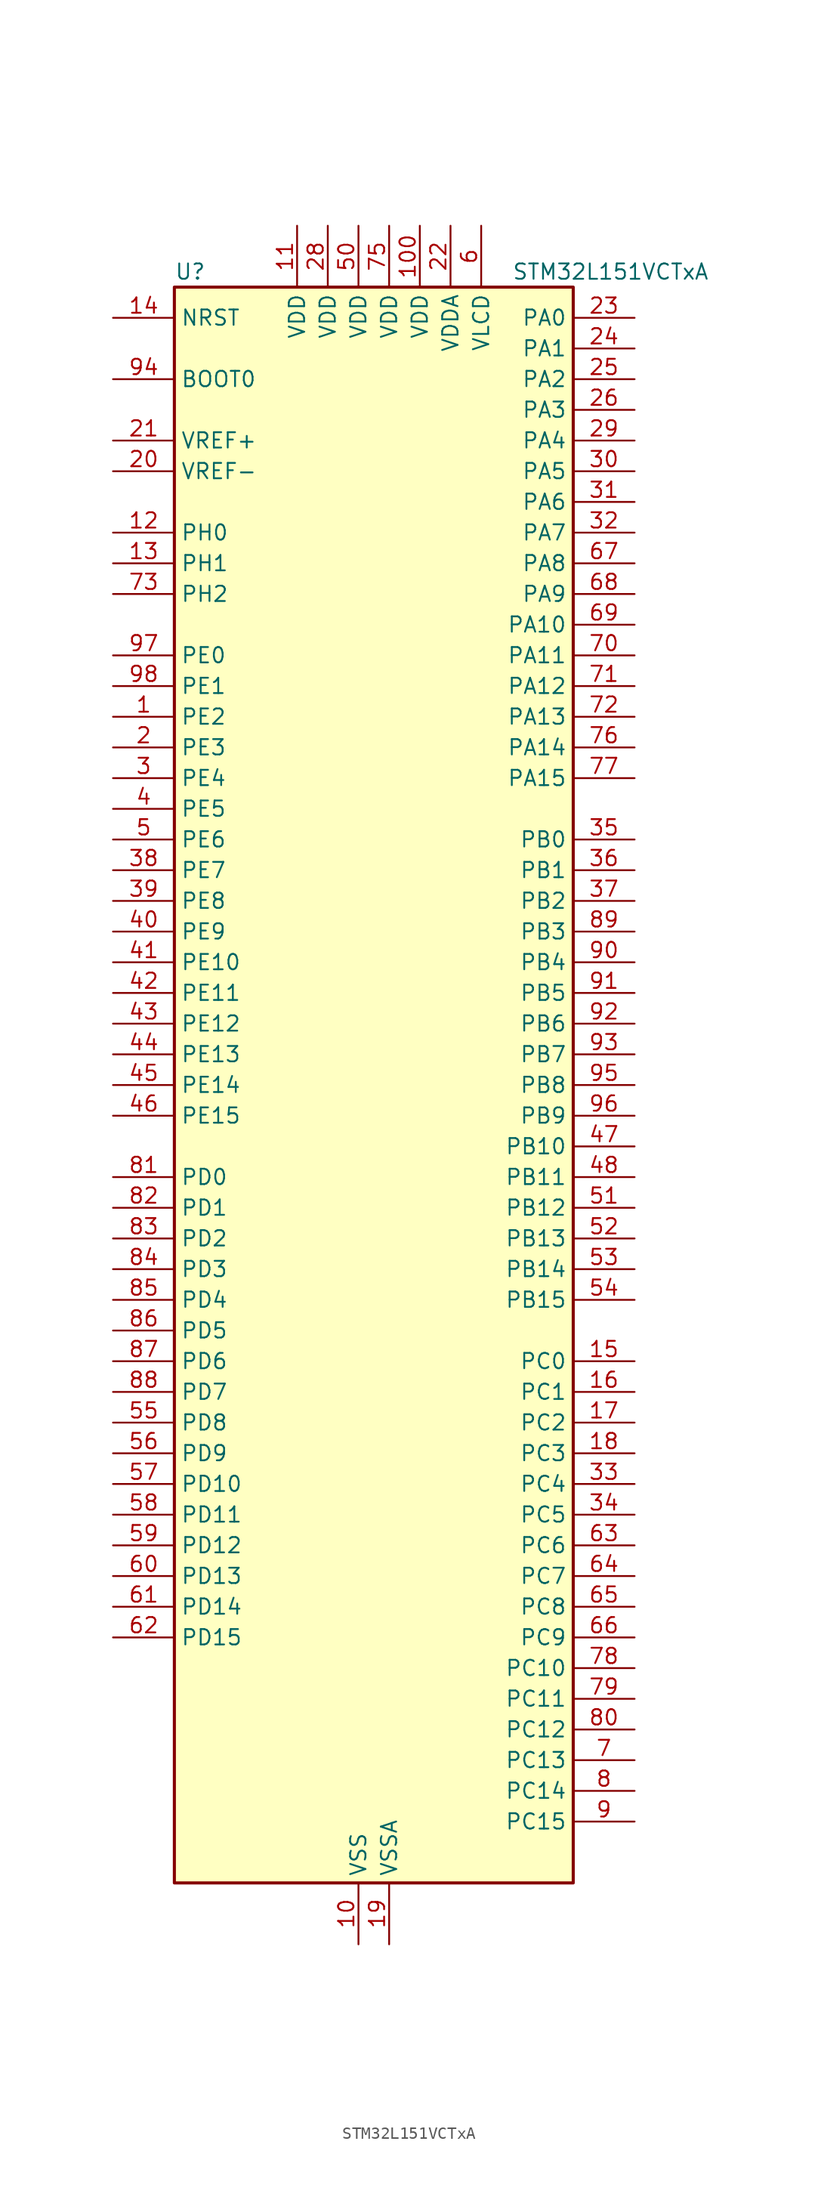
<source format=kicad_sym>
(kicad_symbol_lib
  (version 20231120)
  (generator "kicad_symbol_editor")
  (generator_version "8.0")
  (symbol "STM32L151VCTxA"
    (property "Reference" "U"
      (at -15.24 67.31 0)
      (effects (font (size 1.27 1.27)) (justify left)))
    (property "Value" "STM32L151VCTxA"
      (at 12.7 67.31 0)
      (effects (font (size 1.27 1.27)) (justify left)))
    (property "ki_locked" ""
      (at 0 0 0)
      (effects (font (size 1.27 1.27))))
    (symbol "STM32L151VCTxA_0_1"
      (rectangle (start -15.24 -66.04) (end 17.78 66.04) (stroke (width 0.254) (type default)) (fill (type background))))
    (symbol "STM32L151VCTxA_1_1"
      (pin bidirectional line (at -20.32 30.48 0) (length 5.08) (name "PE2" (effects (font (size 1.27 1.27)))) (number "1" (effects (font (size 1.27 1.27)))) (alternate "SYS_TRACECK" bidirectional line) (alternate "TIM3_ETR" bidirectional line) (alternate "TIMX_IC3" bidirectional line))
      (pin power_in line (at 0 -71.12 90) (length 5.08) (name "VSS" (effects (font (size 1.27 1.27)))) (number "10" (effects (font (size 1.27 1.27)))))
      (pin power_in line (at 5.08 71.12 270) (length 5.08) (name "VDD" (effects (font (size 1.27 1.27)))) (number "100" (effects (font (size 1.27 1.27)))))
      (pin power_in line (at -5.08 71.12 270) (length 5.08) (name "VDD" (effects (font (size 1.27 1.27)))) (number "11" (effects (font (size 1.27 1.27)))))
      (pin bidirectional line (at -20.32 45.72 0) (length 5.08) (name "PH0" (effects (font (size 1.27 1.27)))) (number "12" (effects (font (size 1.27 1.27)))) (alternate "RCC_OSC_IN" bidirectional line))
      (pin bidirectional line (at -20.32 43.18 0) (length 5.08) (name "PH1" (effects (font (size 1.27 1.27)))) (number "13" (effects (font (size 1.27 1.27)))) (alternate "RCC_OSC_OUT" bidirectional line))
      (pin input line (at -20.32 63.5 0) (length 5.08) (name "NRST" (effects (font (size 1.27 1.27)))) (number "14" (effects (font (size 1.27 1.27)))))
      (pin bidirectional line (at 22.86 -22.86 180) (length 5.08) (name "PC0" (effects (font (size 1.27 1.27)))) (number "15" (effects (font (size 1.27 1.27)))) (alternate "ADC_IN10" bidirectional line) (alternate "COMP1_INP" bidirectional line) (alternate "TIMX_IC1" bidirectional line) (alternate "TS_G8_IO1" bidirectional line))
      (pin bidirectional line (at 22.86 -25.4 180) (length 5.08) (name "PC1" (effects (font (size 1.27 1.27)))) (number "16" (effects (font (size 1.27 1.27)))) (alternate "ADC_IN11" bidirectional line) (alternate "COMP1_INP" bidirectional line) (alternate "TIMX_IC2" bidirectional line) (alternate "TS_G8_IO2" bidirectional line))
      (pin bidirectional line (at 22.86 -27.94 180) (length 5.08) (name "PC2" (effects (font (size 1.27 1.27)))) (number "17" (effects (font (size 1.27 1.27)))) (alternate "ADC_IN12" bidirectional line) (alternate "COMP1_INP" bidirectional line) (alternate "TIMX_IC3" bidirectional line) (alternate "TS_G8_IO3" bidirectional line))
      (pin bidirectional line (at 22.86 -30.48 180) (length 5.08) (name "PC3" (effects (font (size 1.27 1.27)))) (number "18" (effects (font (size 1.27 1.27)))) (alternate "ADC_IN13" bidirectional line) (alternate "COMP1_INP" bidirectional line) (alternate "TIMX_IC4" bidirectional line) (alternate "TS_G8_IO4" bidirectional line))
      (pin power_in line (at 2.54 -71.12 90) (length 5.08) (name "VSSA" (effects (font (size 1.27 1.27)))) (number "19" (effects (font (size 1.27 1.27)))))
      (pin bidirectional line (at -20.32 27.94 0) (length 5.08) (name "PE3" (effects (font (size 1.27 1.27)))) (number "2" (effects (font (size 1.27 1.27)))) (alternate "SYS_TRACED0" bidirectional line) (alternate "TIM3_CH1" bidirectional line) (alternate "TIMX_IC4" bidirectional line))
      (pin input line (at -20.32 50.8 0) (length 5.08) (name "VREF-" (effects (font (size 1.27 1.27)))) (number "20" (effects (font (size 1.27 1.27)))))
      (pin input line (at -20.32 53.34 0) (length 5.08) (name "VREF+" (effects (font (size 1.27 1.27)))) (number "21" (effects (font (size 1.27 1.27)))))
      (pin power_in line (at 7.62 71.12 270) (length 5.08) (name "VDDA" (effects (font (size 1.27 1.27)))) (number "22" (effects (font (size 1.27 1.27)))))
      (pin bidirectional line (at 22.86 63.5 180) (length 5.08) (name "PA0" (effects (font (size 1.27 1.27)))) (number "23" (effects (font (size 1.27 1.27)))) (alternate "ADC_IN0" bidirectional line) (alternate "COMP1_INP" bidirectional line) (alternate "RTC_TAMP2" bidirectional line) (alternate "SYS_WKUP1" bidirectional line) (alternate "TIM2_CH1" bidirectional line) (alternate "TIM2_ETR" bidirectional line) (alternate "TIM5_CH1" bidirectional line) (alternate "TIMX_IC1" bidirectional line) (alternate "TS_G1_IO1" bidirectional line) (alternate "USART2_CTS" bidirectional line))
      (pin bidirectional line (at 22.86 60.96 180) (length 5.08) (name "PA1" (effects (font (size 1.27 1.27)))) (number "24" (effects (font (size 1.27 1.27)))) (alternate "ADC_IN1" bidirectional line) (alternate "COMP1_INP" bidirectional line) (alternate "OPAMP1_VINP" bidirectional line) (alternate "TIM2_CH2" bidirectional line) (alternate "TIM5_CH2" bidirectional line) (alternate "TIMX_IC2" bidirectional line) (alternate "TS_G1_IO2" bidirectional line) (alternate "USART2_RTS" bidirectional line))
      (pin bidirectional line (at 22.86 58.42 180) (length 5.08) (name "PA2" (effects (font (size 1.27 1.27)))) (number "25" (effects (font (size 1.27 1.27)))) (alternate "ADC_IN2" bidirectional line) (alternate "COMP1_INP" bidirectional line) (alternate "OPAMP1_VINM" bidirectional line) (alternate "TIM2_CH3" bidirectional line) (alternate "TIM5_CH3" bidirectional line) (alternate "TIM9_CH1" bidirectional line) (alternate "TIMX_IC3" bidirectional line) (alternate "TS_G1_IO3" bidirectional line) (alternate "USART2_TX" bidirectional line))
      (pin bidirectional line (at 22.86 55.88 180) (length 5.08) (name "PA3" (effects (font (size 1.27 1.27)))) (number "26" (effects (font (size 1.27 1.27)))) (alternate "ADC_IN3" bidirectional line) (alternate "COMP1_INP" bidirectional line) (alternate "OPAMP1_VOUT" bidirectional line) (alternate "TIM2_CH4" bidirectional line) (alternate "TIM5_CH4" bidirectional line) (alternate "TIM9_CH2" bidirectional line) (alternate "TIMX_IC4" bidirectional line) (alternate "TS_G1_IO4" bidirectional line) (alternate "USART2_RX" bidirectional line))
      (pin passive line (at 0 -71.12 90) (length 5.08) hide (name "VSS" (effects (font (size 1.27 1.27)))) (number "27" (effects (font (size 1.27 1.27)))))
      (pin power_in line (at -2.54 71.12 270) (length 5.08) (name "VDD" (effects (font (size 1.27 1.27)))) (number "28" (effects (font (size 1.27 1.27)))))
      (pin bidirectional line (at 22.86 53.34 180) (length 5.08) (name "PA4" (effects (font (size 1.27 1.27)))) (number "29" (effects (font (size 1.27 1.27)))) (alternate "ADC_IN4" bidirectional line) (alternate "COMP1_INP" bidirectional line) (alternate "DAC_OUT1" bidirectional line) (alternate "I2S3_WS" bidirectional line) (alternate "SPI1_NSS" bidirectional line) (alternate "SPI3_NSS" bidirectional line) (alternate "TIMX_IC1" bidirectional line) (alternate "USART2_CK" bidirectional line))
      (pin bidirectional line (at -20.32 25.4 0) (length 5.08) (name "PE4" (effects (font (size 1.27 1.27)))) (number "3" (effects (font (size 1.27 1.27)))) (alternate "SYS_TRACED1" bidirectional line) (alternate "TIM3_CH2" bidirectional line) (alternate "TIMX_IC1" bidirectional line))
      (pin bidirectional line (at 22.86 50.8 180) (length 5.08) (name "PA5" (effects (font (size 1.27 1.27)))) (number "30" (effects (font (size 1.27 1.27)))) (alternate "ADC_IN5" bidirectional line) (alternate "COMP1_INP" bidirectional line) (alternate "DAC_OUT2" bidirectional line) (alternate "SPI1_SCK" bidirectional line) (alternate "TIM2_CH1" bidirectional line) (alternate "TIM2_ETR" bidirectional line) (alternate "TIMX_IC2" bidirectional line))
      (pin bidirectional line (at 22.86 48.26 180) (length 5.08) (name "PA6" (effects (font (size 1.27 1.27)))) (number "31" (effects (font (size 1.27 1.27)))) (alternate "ADC_IN6" bidirectional line) (alternate "COMP1_INP" bidirectional line) (alternate "OPAMP2_VINP" bidirectional line) (alternate "SPI1_MISO" bidirectional line) (alternate "TIM10_CH1" bidirectional line) (alternate "TIM3_CH1" bidirectional line) (alternate "TIMX_IC3" bidirectional line) (alternate "TS_G2_IO1" bidirectional line))
      (pin bidirectional line (at 22.86 45.72 180) (length 5.08) (name "PA7" (effects (font (size 1.27 1.27)))) (number "32" (effects (font (size 1.27 1.27)))) (alternate "ADC_IN7" bidirectional line) (alternate "COMP1_INP" bidirectional line) (alternate "OPAMP2_VINM" bidirectional line) (alternate "SPI1_MOSI" bidirectional line) (alternate "TIM11_CH1" bidirectional line) (alternate "TIM3_CH2" bidirectional line) (alternate "TIMX_IC4" bidirectional line) (alternate "TS_G2_IO2" bidirectional line))
      (pin bidirectional line (at 22.86 -33.02 180) (length 5.08) (name "PC4" (effects (font (size 1.27 1.27)))) (number "33" (effects (font (size 1.27 1.27)))) (alternate "ADC_IN14" bidirectional line) (alternate "COMP1_INP" bidirectional line) (alternate "TIMX_IC1" bidirectional line) (alternate "TS_G9_IO1" bidirectional line))
      (pin bidirectional line (at 22.86 -35.56 180) (length 5.08) (name "PC5" (effects (font (size 1.27 1.27)))) (number "34" (effects (font (size 1.27 1.27)))) (alternate "ADC_IN15" bidirectional line) (alternate "COMP1_INP" bidirectional line) (alternate "TIMX_IC2" bidirectional line) (alternate "TS_G9_IO2" bidirectional line))
      (pin bidirectional line (at 22.86 20.32 180) (length 5.08) (name "PB0" (effects (font (size 1.27 1.27)))) (number "35" (effects (font (size 1.27 1.27)))) (alternate "ADC_IN8" bidirectional line) (alternate "COMP1_INP" bidirectional line) (alternate "OPAMP2_VOUT" bidirectional line) (alternate "SYS_V_REF_OUT" bidirectional line) (alternate "TIM3_CH3" bidirectional line) (alternate "TS_G3_IO1" bidirectional line))
      (pin bidirectional line (at 22.86 17.78 180) (length 5.08) (name "PB1" (effects (font (size 1.27 1.27)))) (number "36" (effects (font (size 1.27 1.27)))) (alternate "ADC_IN9" bidirectional line) (alternate "COMP1_INP" bidirectional line) (alternate "SYS_V_REF_OUT" bidirectional line) (alternate "TIM3_CH4" bidirectional line) (alternate "TS_G3_IO2" bidirectional line))
      (pin bidirectional line (at 22.86 15.24 180) (length 5.08) (name "PB2" (effects (font (size 1.27 1.27)))) (number "37" (effects (font (size 1.27 1.27)))) (alternate "TS_G3_IO3" bidirectional line))
      (pin bidirectional line (at -20.32 17.78 0) (length 5.08) (name "PE7" (effects (font (size 1.27 1.27)))) (number "38" (effects (font (size 1.27 1.27)))) (alternate "ADC_IN22" bidirectional line) (alternate "COMP1_INP" bidirectional line) (alternate "TIMX_IC4" bidirectional line))
      (pin bidirectional line (at -20.32 15.24 0) (length 5.08) (name "PE8" (effects (font (size 1.27 1.27)))) (number "39" (effects (font (size 1.27 1.27)))) (alternate "ADC_IN23" bidirectional line) (alternate "COMP1_INP" bidirectional line) (alternate "TIMX_IC1" bidirectional line))
      (pin bidirectional line (at -20.32 22.86 0) (length 5.08) (name "PE5" (effects (font (size 1.27 1.27)))) (number "4" (effects (font (size 1.27 1.27)))) (alternate "SYS_TRACED2" bidirectional line) (alternate "TIM9_CH1" bidirectional line) (alternate "TIMX_IC2" bidirectional line))
      (pin bidirectional line (at -20.32 12.7 0) (length 5.08) (name "PE9" (effects (font (size 1.27 1.27)))) (number "40" (effects (font (size 1.27 1.27)))) (alternate "ADC_IN24" bidirectional line) (alternate "COMP1_INP" bidirectional line) (alternate "DAC_EXTI9" bidirectional line) (alternate "TIM2_CH1" bidirectional line) (alternate "TIM2_ETR" bidirectional line) (alternate "TIMX_IC2" bidirectional line))
      (pin bidirectional line (at -20.32 10.16 0) (length 5.08) (name "PE10" (effects (font (size 1.27 1.27)))) (number "41" (effects (font (size 1.27 1.27)))) (alternate "ADC_IN25" bidirectional line) (alternate "COMP1_INP" bidirectional line) (alternate "TIM2_CH2" bidirectional line) (alternate "TIMX_IC3" bidirectional line))
      (pin bidirectional line (at -20.32 7.62 0) (length 5.08) (name "PE11" (effects (font (size 1.27 1.27)))) (number "42" (effects (font (size 1.27 1.27)))) (alternate "ADC_EXTI11" bidirectional line) (alternate "TIM2_CH3" bidirectional line) (alternate "TIMX_IC4" bidirectional line))
      (pin bidirectional line (at -20.32 5.08 0) (length 5.08) (name "PE12" (effects (font (size 1.27 1.27)))) (number "43" (effects (font (size 1.27 1.27)))) (alternate "SPI1_NSS" bidirectional line) (alternate "TIM2_CH4" bidirectional line) (alternate "TIMX_IC1" bidirectional line))
      (pin bidirectional line (at -20.32 2.54 0) (length 5.08) (name "PE13" (effects (font (size 1.27 1.27)))) (number "44" (effects (font (size 1.27 1.27)))) (alternate "SPI1_SCK" bidirectional line) (alternate "TIMX_IC2" bidirectional line))
      (pin bidirectional line (at -20.32 0 0) (length 5.08) (name "PE14" (effects (font (size 1.27 1.27)))) (number "45" (effects (font (size 1.27 1.27)))) (alternate "SPI1_MISO" bidirectional line) (alternate "TIMX_IC3" bidirectional line))
      (pin bidirectional line (at -20.32 -2.54 0) (length 5.08) (name "PE15" (effects (font (size 1.27 1.27)))) (number "46" (effects (font (size 1.27 1.27)))) (alternate "ADC_EXTI15" bidirectional line) (alternate "SPI1_MOSI" bidirectional line) (alternate "TIMX_IC4" bidirectional line))
      (pin bidirectional line (at 22.86 -5.08 180) (length 5.08) (name "PB10" (effects (font (size 1.27 1.27)))) (number "47" (effects (font (size 1.27 1.27)))) (alternate "I2C2_SCL" bidirectional line) (alternate "TIM2_CH3" bidirectional line) (alternate "USART3_TX" bidirectional line))
      (pin bidirectional line (at 22.86 -7.62 180) (length 5.08) (name "PB11" (effects (font (size 1.27 1.27)))) (number "48" (effects (font (size 1.27 1.27)))) (alternate "ADC_EXTI11" bidirectional line) (alternate "I2C2_SDA" bidirectional line) (alternate "TIM2_CH4" bidirectional line) (alternate "USART3_RX" bidirectional line))
      (pin passive line (at 0 -71.12 90) (length 5.08) hide (name "VSS" (effects (font (size 1.27 1.27)))) (number "49" (effects (font (size 1.27 1.27)))))
      (pin bidirectional line (at -20.32 20.32 0) (length 5.08) (name "PE6" (effects (font (size 1.27 1.27)))) (number "5" (effects (font (size 1.27 1.27)))) (alternate "RTC_TAMP3" bidirectional line) (alternate "SYS_TRACED3" bidirectional line) (alternate "SYS_WKUP3" bidirectional line) (alternate "TIM9_CH2" bidirectional line) (alternate "TIMX_IC3" bidirectional line))
      (pin power_in line (at 0 71.12 270) (length 5.08) (name "VDD" (effects (font (size 1.27 1.27)))) (number "50" (effects (font (size 1.27 1.27)))))
      (pin bidirectional line (at 22.86 -10.16 180) (length 5.08) (name "PB12" (effects (font (size 1.27 1.27)))) (number "51" (effects (font (size 1.27 1.27)))) (alternate "ADC_IN18" bidirectional line) (alternate "COMP1_INP" bidirectional line) (alternate "I2C2_SMBA" bidirectional line) (alternate "I2S2_WS" bidirectional line) (alternate "SPI2_NSS" bidirectional line) (alternate "TIM10_CH1" bidirectional line) (alternate "TS_G7_IO1" bidirectional line) (alternate "USART3_CK" bidirectional line))
      (pin bidirectional line (at 22.86 -12.7 180) (length 5.08) (name "PB13" (effects (font (size 1.27 1.27)))) (number "52" (effects (font (size 1.27 1.27)))) (alternate "ADC_IN19" bidirectional line) (alternate "COMP1_INP" bidirectional line) (alternate "I2S2_CK" bidirectional line) (alternate "SPI2_SCK" bidirectional line) (alternate "TIM9_CH1" bidirectional line) (alternate "TS_G7_IO2" bidirectional line) (alternate "USART3_CTS" bidirectional line))
      (pin bidirectional line (at 22.86 -15.24 180) (length 5.08) (name "PB14" (effects (font (size 1.27 1.27)))) (number "53" (effects (font (size 1.27 1.27)))) (alternate "ADC_IN20" bidirectional line) (alternate "COMP1_INP" bidirectional line) (alternate "SPI2_MISO" bidirectional line) (alternate "TIM9_CH2" bidirectional line) (alternate "TS_G7_IO3" bidirectional line) (alternate "USART3_RTS" bidirectional line))
      (pin bidirectional line (at 22.86 -17.78 180) (length 5.08) (name "PB15" (effects (font (size 1.27 1.27)))) (number "54" (effects (font (size 1.27 1.27)))) (alternate "ADC_EXTI15" bidirectional line) (alternate "ADC_IN21" bidirectional line) (alternate "COMP1_INP" bidirectional line) (alternate "I2S2_SD" bidirectional line) (alternate "RTC_REFIN" bidirectional line) (alternate "SPI2_MOSI" bidirectional line) (alternate "TIM11_CH1" bidirectional line) (alternate "TS_G7_IO4" bidirectional line))
      (pin bidirectional line (at -20.32 -27.94 0) (length 5.08) (name "PD8" (effects (font (size 1.27 1.27)))) (number "55" (effects (font (size 1.27 1.27)))) (alternate "TIMX_IC1" bidirectional line) (alternate "USART3_TX" bidirectional line))
      (pin bidirectional line (at -20.32 -30.48 0) (length 5.08) (name "PD9" (effects (font (size 1.27 1.27)))) (number "56" (effects (font (size 1.27 1.27)))) (alternate "DAC_EXTI9" bidirectional line) (alternate "TIMX_IC2" bidirectional line) (alternate "USART3_RX" bidirectional line))
      (pin bidirectional line (at -20.32 -33.02 0) (length 5.08) (name "PD10" (effects (font (size 1.27 1.27)))) (number "57" (effects (font (size 1.27 1.27)))) (alternate "TIMX_IC3" bidirectional line) (alternate "USART3_CK" bidirectional line))
      (pin bidirectional line (at -20.32 -35.56 0) (length 5.08) (name "PD11" (effects (font (size 1.27 1.27)))) (number "58" (effects (font (size 1.27 1.27)))) (alternate "ADC_EXTI11" bidirectional line) (alternate "TIMX_IC4" bidirectional line) (alternate "USART3_CTS" bidirectional line))
      (pin bidirectional line (at -20.32 -38.1 0) (length 5.08) (name "PD12" (effects (font (size 1.27 1.27)))) (number "59" (effects (font (size 1.27 1.27)))) (alternate "TIM4_CH1" bidirectional line) (alternate "TIMX_IC1" bidirectional line) (alternate "USART3_RTS" bidirectional line))
      (pin power_in line (at 10.16 71.12 270) (length 5.08) (name "VLCD" (effects (font (size 1.27 1.27)))) (number "6" (effects (font (size 1.27 1.27)))))
      (pin bidirectional line (at -20.32 -40.64 0) (length 5.08) (name "PD13" (effects (font (size 1.27 1.27)))) (number "60" (effects (font (size 1.27 1.27)))) (alternate "TIM4_CH2" bidirectional line) (alternate "TIMX_IC2" bidirectional line))
      (pin bidirectional line (at -20.32 -43.18 0) (length 5.08) (name "PD14" (effects (font (size 1.27 1.27)))) (number "61" (effects (font (size 1.27 1.27)))) (alternate "TIM4_CH3" bidirectional line) (alternate "TIMX_IC3" bidirectional line))
      (pin bidirectional line (at -20.32 -45.72 0) (length 5.08) (name "PD15" (effects (font (size 1.27 1.27)))) (number "62" (effects (font (size 1.27 1.27)))) (alternate "ADC_EXTI15" bidirectional line) (alternate "TIM4_CH4" bidirectional line) (alternate "TIMX_IC4" bidirectional line))
      (pin bidirectional line (at 22.86 -38.1 180) (length 5.08) (name "PC6" (effects (font (size 1.27 1.27)))) (number "63" (effects (font (size 1.27 1.27)))) (alternate "I2S2_MCK" bidirectional line) (alternate "TIM3_CH1" bidirectional line) (alternate "TIMX_IC3" bidirectional line) (alternate "TS_G10_IO1" bidirectional line))
      (pin bidirectional line (at 22.86 -40.64 180) (length 5.08) (name "PC7" (effects (font (size 1.27 1.27)))) (number "64" (effects (font (size 1.27 1.27)))) (alternate "I2S3_MCK" bidirectional line) (alternate "TIM3_CH2" bidirectional line) (alternate "TIMX_IC4" bidirectional line) (alternate "TS_G10_IO2" bidirectional line))
      (pin bidirectional line (at 22.86 -43.18 180) (length 5.08) (name "PC8" (effects (font (size 1.27 1.27)))) (number "65" (effects (font (size 1.27 1.27)))) (alternate "TIM3_CH3" bidirectional line) (alternate "TIMX_IC1" bidirectional line) (alternate "TS_G10_IO3" bidirectional line))
      (pin bidirectional line (at 22.86 -45.72 180) (length 5.08) (name "PC9" (effects (font (size 1.27 1.27)))) (number "66" (effects (font (size 1.27 1.27)))) (alternate "DAC_EXTI9" bidirectional line) (alternate "TIM3_CH4" bidirectional line) (alternate "TIMX_IC2" bidirectional line) (alternate "TS_G10_IO4" bidirectional line))
      (pin bidirectional line (at 22.86 43.18 180) (length 5.08) (name "PA8" (effects (font (size 1.27 1.27)))) (number "67" (effects (font (size 1.27 1.27)))) (alternate "RCC_MCO" bidirectional line) (alternate "TIMX_IC1" bidirectional line) (alternate "TS_G4_IO1" bidirectional line) (alternate "USART1_CK" bidirectional line))
      (pin bidirectional line (at 22.86 40.64 180) (length 5.08) (name "PA9" (effects (font (size 1.27 1.27)))) (number "68" (effects (font (size 1.27 1.27)))) (alternate "DAC_EXTI9" bidirectional line) (alternate "TIMX_IC2" bidirectional line) (alternate "TS_G4_IO2" bidirectional line) (alternate "USART1_TX" bidirectional line))
      (pin bidirectional line (at 22.86 38.1 180) (length 5.08) (name "PA10" (effects (font (size 1.27 1.27)))) (number "69" (effects (font (size 1.27 1.27)))) (alternate "TIMX_IC3" bidirectional line) (alternate "TS_G4_IO3" bidirectional line) (alternate "USART1_RX" bidirectional line))
      (pin bidirectional line (at 22.86 -55.88 180) (length 5.08) (name "PC13" (effects (font (size 1.27 1.27)))) (number "7" (effects (font (size 1.27 1.27)))) (alternate "RTC_OUT_ALARM" bidirectional line) (alternate "RTC_OUT_CALIB" bidirectional line) (alternate "RTC_TAMP1" bidirectional line) (alternate "RTC_TS" bidirectional line) (alternate "SYS_WKUP2" bidirectional line) (alternate "TIMX_IC2" bidirectional line))
      (pin bidirectional line (at 22.86 35.56 180) (length 5.08) (name "PA11" (effects (font (size 1.27 1.27)))) (number "70" (effects (font (size 1.27 1.27)))) (alternate "ADC_EXTI11" bidirectional line) (alternate "SPI1_MISO" bidirectional line) (alternate "TIMX_IC4" bidirectional line) (alternate "USART1_CTS" bidirectional line) (alternate "USB_DM" bidirectional line))
      (pin bidirectional line (at 22.86 33.02 180) (length 5.08) (name "PA12" (effects (font (size 1.27 1.27)))) (number "71" (effects (font (size 1.27 1.27)))) (alternate "SPI1_MOSI" bidirectional line) (alternate "TIMX_IC1" bidirectional line) (alternate "USART1_RTS" bidirectional line) (alternate "USB_DP" bidirectional line))
      (pin bidirectional line (at 22.86 30.48 180) (length 5.08) (name "PA13" (effects (font (size 1.27 1.27)))) (number "72" (effects (font (size 1.27 1.27)))) (alternate "SYS_JTMS-SWDIO" bidirectional line) (alternate "TIMX_IC2" bidirectional line) (alternate "TS_G5_IO1" bidirectional line))
      (pin bidirectional line (at -20.32 40.64 0) (length 5.08) (name "PH2" (effects (font (size 1.27 1.27)))) (number "73" (effects (font (size 1.27 1.27)))))
      (pin passive line (at 0 -71.12 90) (length 5.08) hide (name "VSS" (effects (font (size 1.27 1.27)))) (number "74" (effects (font (size 1.27 1.27)))))
      (pin power_in line (at 2.54 71.12 270) (length 5.08) (name "VDD" (effects (font (size 1.27 1.27)))) (number "75" (effects (font (size 1.27 1.27)))))
      (pin bidirectional line (at 22.86 27.94 180) (length 5.08) (name "PA14" (effects (font (size 1.27 1.27)))) (number "76" (effects (font (size 1.27 1.27)))) (alternate "SYS_JTCK-SWCLK" bidirectional line) (alternate "TIMX_IC3" bidirectional line) (alternate "TS_G5_IO2" bidirectional line))
      (pin bidirectional line (at 22.86 25.4 180) (length 5.08) (name "PA15" (effects (font (size 1.27 1.27)))) (number "77" (effects (font (size 1.27 1.27)))) (alternate "ADC_EXTI15" bidirectional line) (alternate "I2S3_WS" bidirectional line) (alternate "SPI1_NSS" bidirectional line) (alternate "SPI3_NSS" bidirectional line) (alternate "SYS_JTDI" bidirectional line) (alternate "TIM2_CH1" bidirectional line) (alternate "TIM2_ETR" bidirectional line) (alternate "TIMX_IC4" bidirectional line) (alternate "TS_G5_IO3" bidirectional line))
      (pin bidirectional line (at 22.86 -48.26 180) (length 5.08) (name "PC10" (effects (font (size 1.27 1.27)))) (number "78" (effects (font (size 1.27 1.27)))) (alternate "I2S3_CK" bidirectional line) (alternate "SPI3_SCK" bidirectional line) (alternate "TIMX_IC3" bidirectional line) (alternate "USART3_TX" bidirectional line))
      (pin bidirectional line (at 22.86 -50.8 180) (length 5.08) (name "PC11" (effects (font (size 1.27 1.27)))) (number "79" (effects (font (size 1.27 1.27)))) (alternate "ADC_EXTI11" bidirectional line) (alternate "SPI3_MISO" bidirectional line) (alternate "TIMX_IC4" bidirectional line) (alternate "USART3_RX" bidirectional line))
      (pin bidirectional line (at 22.86 -58.42 180) (length 5.08) (name "PC14" (effects (font (size 1.27 1.27)))) (number "8" (effects (font (size 1.27 1.27)))) (alternate "RCC_OSC32_IN" bidirectional line) (alternate "TIMX_IC3" bidirectional line))
      (pin bidirectional line (at 22.86 -53.34 180) (length 5.08) (name "PC12" (effects (font (size 1.27 1.27)))) (number "80" (effects (font (size 1.27 1.27)))) (alternate "I2S3_SD" bidirectional line) (alternate "SPI3_MOSI" bidirectional line) (alternate "TIMX_IC1" bidirectional line) (alternate "USART3_CK" bidirectional line))
      (pin bidirectional line (at -20.32 -7.62 0) (length 5.08) (name "PD0" (effects (font (size 1.27 1.27)))) (number "81" (effects (font (size 1.27 1.27)))) (alternate "I2S2_WS" bidirectional line) (alternate "SPI2_NSS" bidirectional line) (alternate "TIM9_CH1" bidirectional line) (alternate "TIMX_IC1" bidirectional line))
      (pin bidirectional line (at -20.32 -10.16 0) (length 5.08) (name "PD1" (effects (font (size 1.27 1.27)))) (number "82" (effects (font (size 1.27 1.27)))) (alternate "I2S2_CK" bidirectional line) (alternate "SPI2_SCK" bidirectional line) (alternate "TIMX_IC2" bidirectional line))
      (pin bidirectional line (at -20.32 -12.7 0) (length 5.08) (name "PD2" (effects (font (size 1.27 1.27)))) (number "83" (effects (font (size 1.27 1.27)))) (alternate "TIM3_ETR" bidirectional line) (alternate "TIMX_IC3" bidirectional line))
      (pin bidirectional line (at -20.32 -15.24 0) (length 5.08) (name "PD3" (effects (font (size 1.27 1.27)))) (number "84" (effects (font (size 1.27 1.27)))) (alternate "SPI2_MISO" bidirectional line) (alternate "TIMX_IC4" bidirectional line) (alternate "USART2_CTS" bidirectional line))
      (pin bidirectional line (at -20.32 -17.78 0) (length 5.08) (name "PD4" (effects (font (size 1.27 1.27)))) (number "85" (effects (font (size 1.27 1.27)))) (alternate "I2S2_SD" bidirectional line) (alternate "SPI2_MOSI" bidirectional line) (alternate "TIMX_IC1" bidirectional line) (alternate "USART2_RTS" bidirectional line))
      (pin bidirectional line (at -20.32 -20.32 0) (length 5.08) (name "PD5" (effects (font (size 1.27 1.27)))) (number "86" (effects (font (size 1.27 1.27)))) (alternate "TIMX_IC2" bidirectional line) (alternate "USART2_TX" bidirectional line))
      (pin bidirectional line (at -20.32 -22.86 0) (length 5.08) (name "PD6" (effects (font (size 1.27 1.27)))) (number "87" (effects (font (size 1.27 1.27)))) (alternate "TIMX_IC3" bidirectional line) (alternate "USART2_RX" bidirectional line))
      (pin bidirectional line (at -20.32 -25.4 0) (length 5.08) (name "PD7" (effects (font (size 1.27 1.27)))) (number "88" (effects (font (size 1.27 1.27)))) (alternate "TIM9_CH2" bidirectional line) (alternate "TIMX_IC4" bidirectional line) (alternate "USART2_CK" bidirectional line))
      (pin bidirectional line (at 22.86 12.7 180) (length 5.08) (name "PB3" (effects (font (size 1.27 1.27)))) (number "89" (effects (font (size 1.27 1.27)))) (alternate "COMP2_INM" bidirectional line) (alternate "I2S3_CK" bidirectional line) (alternate "SPI1_SCK" bidirectional line) (alternate "SPI3_SCK" bidirectional line) (alternate "SYS_JTDO-TRACESWO" bidirectional line) (alternate "TIM2_CH2" bidirectional line))
      (pin bidirectional line (at 22.86 -60.96 180) (length 5.08) (name "PC15" (effects (font (size 1.27 1.27)))) (number "9" (effects (font (size 1.27 1.27)))) (alternate "ADC_EXTI15" bidirectional line) (alternate "RCC_OSC32_OUT" bidirectional line) (alternate "TIMX_IC4" bidirectional line))
      (pin bidirectional line (at 22.86 10.16 180) (length 5.08) (name "PB4" (effects (font (size 1.27 1.27)))) (number "90" (effects (font (size 1.27 1.27)))) (alternate "COMP2_INP" bidirectional line) (alternate "SPI1_MISO" bidirectional line) (alternate "SPI3_MISO" bidirectional line) (alternate "SYS_JTRST" bidirectional line) (alternate "TIM3_CH1" bidirectional line) (alternate "TS_G6_IO1" bidirectional line))
      (pin bidirectional line (at 22.86 7.62 180) (length 5.08) (name "PB5" (effects (font (size 1.27 1.27)))) (number "91" (effects (font (size 1.27 1.27)))) (alternate "COMP2_INP" bidirectional line) (alternate "I2C1_SMBA" bidirectional line) (alternate "I2S3_SD" bidirectional line) (alternate "SPI1_MOSI" bidirectional line) (alternate "SPI3_MOSI" bidirectional line) (alternate "TIM3_CH2" bidirectional line) (alternate "TS_G6_IO2" bidirectional line))
      (pin bidirectional line (at 22.86 5.08 180) (length 5.08) (name "PB6" (effects (font (size 1.27 1.27)))) (number "92" (effects (font (size 1.27 1.27)))) (alternate "COMP2_INP" bidirectional line) (alternate "I2C1_SCL" bidirectional line) (alternate "TIM4_CH1" bidirectional line) (alternate "TS_G6_IO3" bidirectional line) (alternate "USART1_TX" bidirectional line))
      (pin bidirectional line (at 22.86 2.54 180) (length 5.08) (name "PB7" (effects (font (size 1.27 1.27)))) (number "93" (effects (font (size 1.27 1.27)))) (alternate "COMP2_INP" bidirectional line) (alternate "I2C1_SDA" bidirectional line) (alternate "SYS_PVD_IN" bidirectional line) (alternate "TIM4_CH2" bidirectional line) (alternate "TS_G6_IO4" bidirectional line) (alternate "USART1_RX" bidirectional line))
      (pin input line (at -20.32 58.42 0) (length 5.08) (name "BOOT0" (effects (font (size 1.27 1.27)))) (number "94" (effects (font (size 1.27 1.27)))))
      (pin bidirectional line (at 22.86 0 180) (length 5.08) (name "PB8" (effects (font (size 1.27 1.27)))) (number "95" (effects (font (size 1.27 1.27)))) (alternate "I2C1_SCL" bidirectional line) (alternate "TIM10_CH1" bidirectional line) (alternate "TIM4_CH3" bidirectional line))
      (pin bidirectional line (at 22.86 -2.54 180) (length 5.08) (name "PB9" (effects (font (size 1.27 1.27)))) (number "96" (effects (font (size 1.27 1.27)))) (alternate "DAC_EXTI9" bidirectional line) (alternate "I2C1_SDA" bidirectional line) (alternate "TIM11_CH1" bidirectional line) (alternate "TIM4_CH4" bidirectional line))
      (pin bidirectional line (at -20.32 35.56 0) (length 5.08) (name "PE0" (effects (font (size 1.27 1.27)))) (number "97" (effects (font (size 1.27 1.27)))) (alternate "TIM10_CH1" bidirectional line) (alternate "TIM4_ETR" bidirectional line) (alternate "TIMX_IC1" bidirectional line))
      (pin bidirectional line (at -20.32 33.02 0) (length 5.08) (name "PE1" (effects (font (size 1.27 1.27)))) (number "98" (effects (font (size 1.27 1.27)))) (alternate "TIM11_CH1" bidirectional line) (alternate "TIMX_IC2" bidirectional line))
      (pin passive line (at 0 -71.12 90) (length 5.08) hide (name "VSS" (effects (font (size 1.27 1.27)))) (number "99" (effects (font (size 1.27 1.27))))))))
</source>
